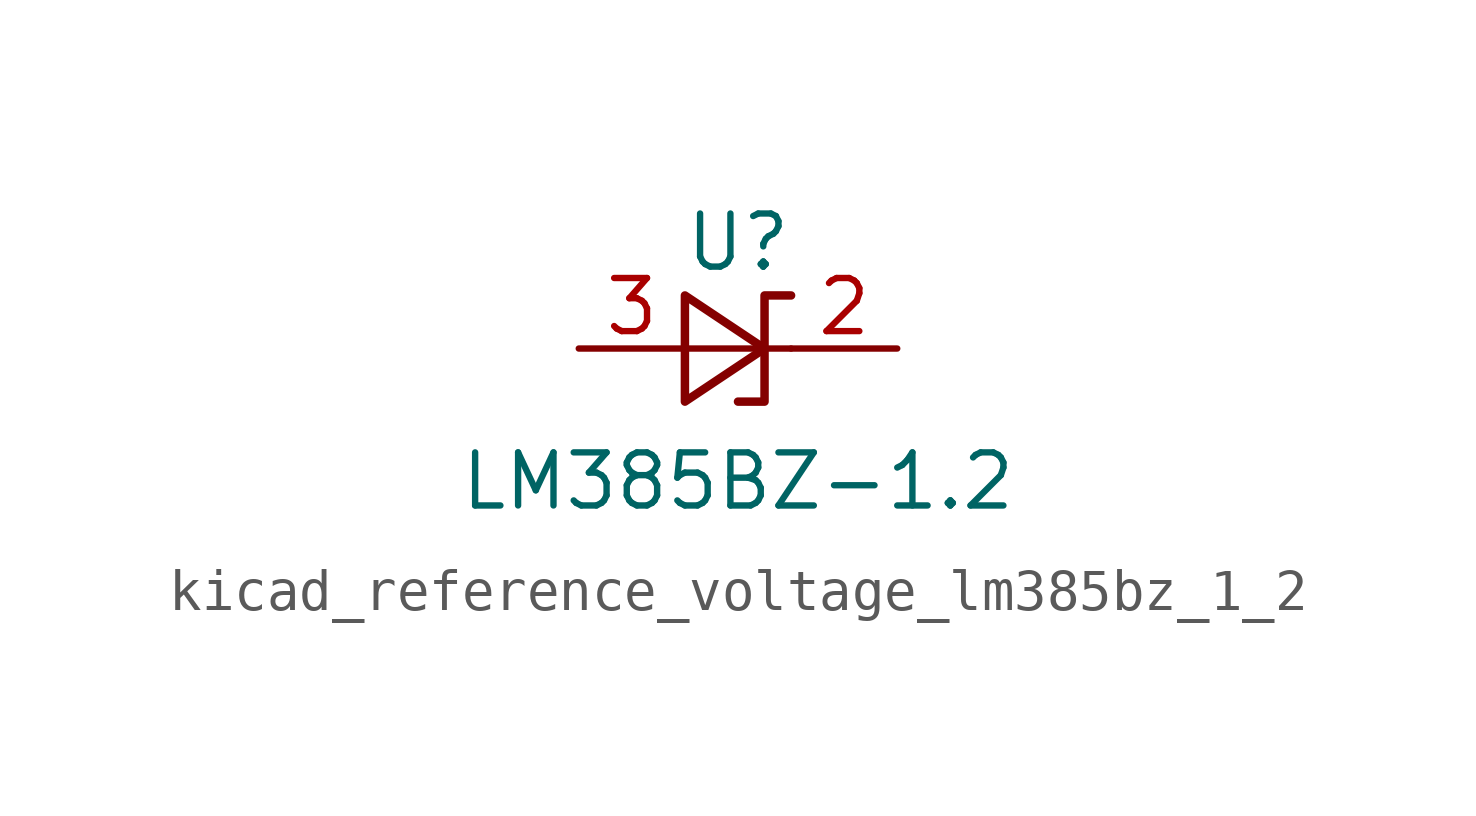
<source format=kicad_sym>
(kicad_symbol_lib
  (version 20220914)
  (generator kicad_symbol_editor)
  (symbol "kicad_reference_voltage_lm385bz_1_2"
    (pin_names
      (offset 0.025) hide)
    (property "Reference" "U"
      (at 0 2.54 0)
      (effects (font (size 1.27 1.27))))
    (property "Value" "LM385BZ-1.2"
      (at 0 -3.175 0)
      (effects (font (size 1.27 1.27))))
    (symbol "kicad_reference_voltage_lm385bz_1_2_0_1"
      (polyline (pts (xy -1.27 0) (xy 0 0) (xy 1.27 0)) (stroke (width 0) (type default)) (fill (type none)))
      (polyline (pts (xy -1.27 -1.27) (xy 0.635 0) (xy -1.27 1.27) (xy -1.27 -1.27)) (stroke (width 0.203) (type default)) (fill (type none)))
      (polyline (pts (xy 0 -1.27) (xy 0.635 -1.27) (xy 0.635 1.27) (xy 1.27 1.27)) (stroke (width 0.203) (type default)) (fill (type none))))
    (symbol "kicad_reference_voltage_lm385bz_1_2_1_1"
      (pin passive line (at 3.81 0 180) (length 2.54) (name "K" (effects (font (size 1.27 1.27)))) (number "2" (effects (font (size 1.27 1.27)))))
      (pin passive line (at -3.81 0 0) (length 2.54) (name "A" (effects (font (size 1.27 1.27)))) (number "3" (effects (font (size 1.27 1.27))))))))
</source>
